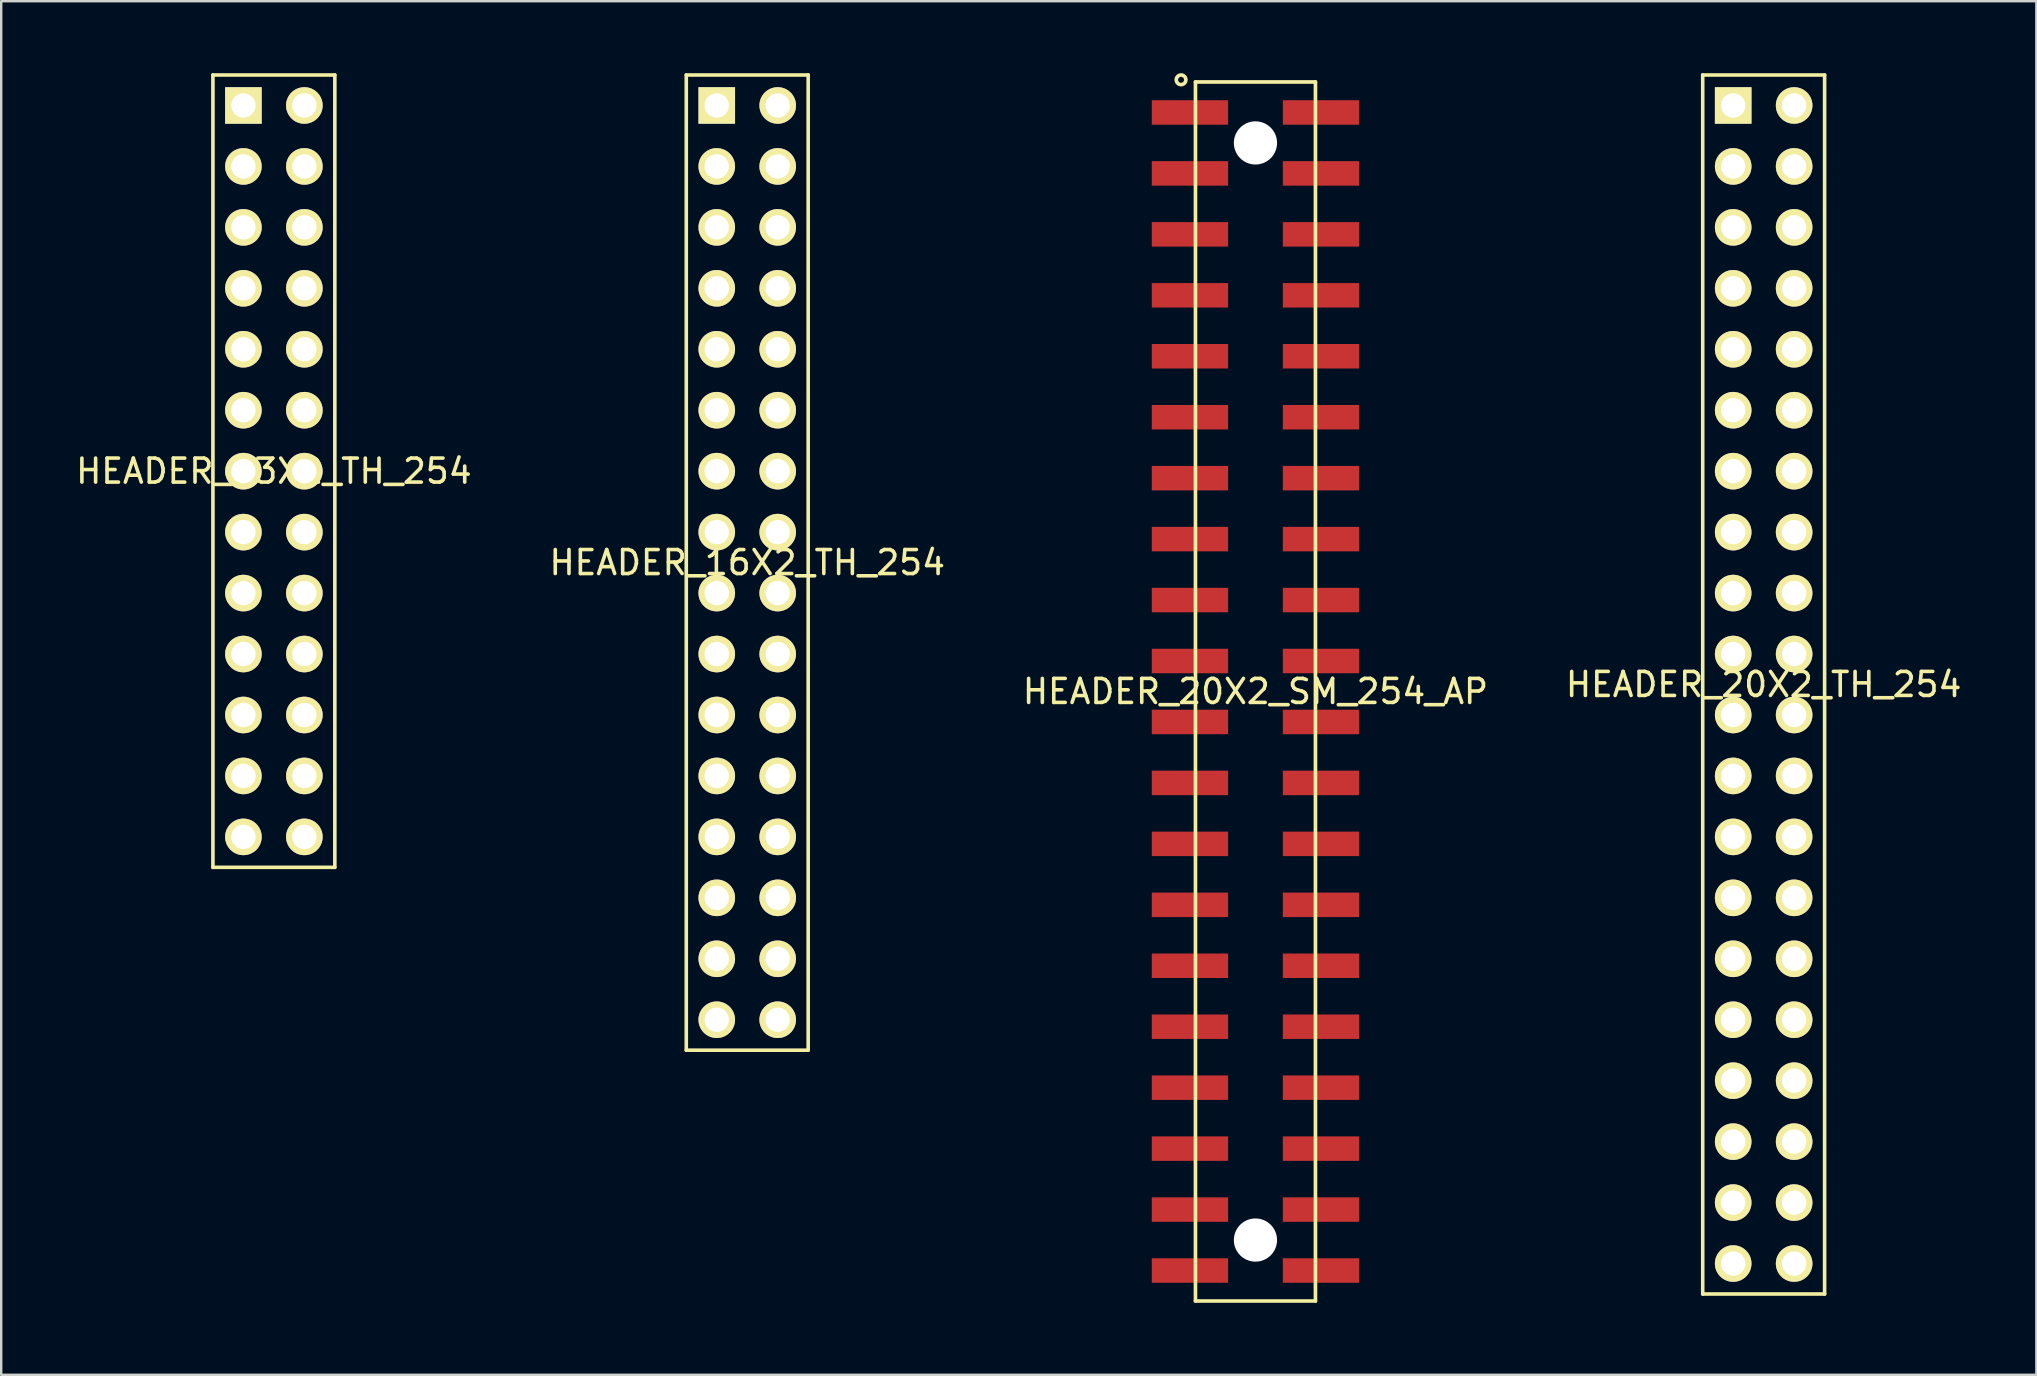
<source format=kicad_pcb>
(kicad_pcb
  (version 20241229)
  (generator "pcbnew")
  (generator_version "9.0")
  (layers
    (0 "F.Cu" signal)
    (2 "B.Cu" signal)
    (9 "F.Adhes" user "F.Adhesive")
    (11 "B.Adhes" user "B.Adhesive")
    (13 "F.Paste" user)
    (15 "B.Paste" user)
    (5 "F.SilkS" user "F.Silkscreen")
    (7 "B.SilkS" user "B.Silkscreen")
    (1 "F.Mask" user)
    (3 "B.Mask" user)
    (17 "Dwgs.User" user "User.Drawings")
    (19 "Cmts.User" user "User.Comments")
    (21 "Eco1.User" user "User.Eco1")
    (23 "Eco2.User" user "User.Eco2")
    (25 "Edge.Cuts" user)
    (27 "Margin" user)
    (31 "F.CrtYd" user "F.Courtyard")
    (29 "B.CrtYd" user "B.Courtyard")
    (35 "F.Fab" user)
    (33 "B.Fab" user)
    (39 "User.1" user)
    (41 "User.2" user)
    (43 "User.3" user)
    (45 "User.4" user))
  (footprint "HEADER_20X2_TH_254"
    (layer "F.Cu")
    (at 70.446 25.475)
    (property "Reference" "HEADER_20X2_TH_254" (at 0 0 0) (layer "F.SilkS") (effects (font (size 1 1) (thickness 0.15))))
    (attr through_hole)
    (fp_line (start -2.54 -25.4) (end -2.54 25.4) (stroke (width 0.15) (type solid)) (layer "F.SilkS"))
    (fp_line (start -2.54 -25.4) (end 2.54 -25.4) (stroke (width 0.15) (type solid)) (layer "F.SilkS"))
    (fp_line (start 2.54 -25.4) (end 2.54 25.4) (stroke (width 0.15) (type solid)) (layer "F.SilkS"))
    (fp_line (start 2.54 25.4) (end -2.54 25.4) (stroke (width 0.15) (type solid)) (layer "F.SilkS"))
    (pad "1" thru_hole rect (at -1.27 -24.13) (size 1.524 1.524) (drill 1.016) (layers "*.Cu" "*.Mask" "F.SilkS"))
    (pad "2" thru_hole circle (at 1.27 -24.13) (size 1.524 1.524) (drill 1.016) (layers "*.Cu" "*.Mask" "F.SilkS"))
    (pad "3" thru_hole circle (at -1.27 -21.59) (size 1.524 1.524) (drill 1.016) (layers "*.Cu" "*.Mask" "F.SilkS"))
    (pad "4" thru_hole circle (at 1.27 -21.59) (size 1.524 1.524) (drill 1.016) (layers "*.Cu" "*.Mask" "F.SilkS"))
    (pad "5" thru_hole circle (at -1.27 -19.05) (size 1.524 1.524) (drill 1.016) (layers "*.Cu" "*.Mask" "F.SilkS"))
    (pad "6" thru_hole circle (at 1.27 -19.05) (size 1.524 1.524) (drill 1.016) (layers "*.Cu" "*.Mask" "F.SilkS"))
    (pad "7" thru_hole circle (at -1.27 -16.51) (size 1.524 1.524) (drill 1.016) (layers "*.Cu" "*.Mask" "F.SilkS"))
    (pad "8" thru_hole circle (at 1.27 -16.51) (size 1.524 1.524) (drill 1.016) (layers "*.Cu" "*.Mask" "F.SilkS"))
    (pad "9" thru_hole circle (at -1.27 -13.97) (size 1.524 1.524) (drill 1.016) (layers "*.Cu" "*.Mask" "F.SilkS"))
    (pad "10" thru_hole circle (at 1.27 -13.97) (size 1.524 1.524) (drill 1.016) (layers "*.Cu" "*.Mask" "F.SilkS"))
    (pad "11" thru_hole circle (at -1.27 -11.43) (size 1.524 1.524) (drill 1.016) (layers "*.Cu" "*.Mask" "F.SilkS"))
    (pad "12" thru_hole circle (at 1.27 -11.43) (size 1.524 1.524) (drill 1.016) (layers "*.Cu" "*.Mask" "F.SilkS"))
    (pad "13" thru_hole circle (at -1.27 -8.89) (size 1.524 1.524) (drill 1.016) (layers "*.Cu" "*.Mask" "F.SilkS"))
    (pad "14" thru_hole circle (at 1.27 -8.89) (size 1.524 1.524) (drill 1.016) (layers "*.Cu" "*.Mask" "F.SilkS"))
    (pad "15" thru_hole circle (at -1.27 -6.35) (size 1.524 1.524) (drill 1.016) (layers "*.Cu" "*.Mask" "F.SilkS"))
    (pad "16" thru_hole circle (at 1.27 -6.35) (size 1.524 1.524) (drill 1.016) (layers "*.Cu" "*.Mask" "F.SilkS"))
    (pad "17" thru_hole circle (at -1.27 -3.81) (size 1.524 1.524) (drill 1.016) (layers "*.Cu" "*.Mask" "F.SilkS"))
    (pad "18" thru_hole circle (at 1.27 -3.81) (size 1.524 1.524) (drill 1.016) (layers "*.Cu" "*.Mask" "F.SilkS"))
    (pad "19" thru_hole circle (at -1.27 -1.27) (size 1.524 1.524) (drill 1.016) (layers "*.Cu" "*.Mask" "F.SilkS"))
    (pad "20" thru_hole circle (at 1.27 -1.27) (size 1.524 1.524) (drill 1.016) (layers "*.Cu" "*.Mask" "F.SilkS"))
    (pad "21" thru_hole circle (at -1.27 1.27) (size 1.524 1.524) (drill 1.016) (layers "*.Cu" "*.Mask" "F.SilkS"))
    (pad "22" thru_hole circle (at 1.27 1.27) (size 1.524 1.524) (drill 1.016) (layers "*.Cu" "*.Mask" "F.SilkS"))
    (pad "23" thru_hole circle (at -1.27 3.81) (size 1.524 1.524) (drill 1.016) (layers "*.Cu" "*.Mask" "F.SilkS"))
    (pad "24" thru_hole circle (at 1.27 3.81) (size 1.524 1.524) (drill 1.016) (layers "*.Cu" "*.Mask" "F.SilkS"))
    (pad "25" thru_hole circle (at -1.27 6.35) (size 1.524 1.524) (drill 1.016) (layers "*.Cu" "*.Mask" "F.SilkS"))
    (pad "26" thru_hole circle (at 1.27 6.35) (size 1.524 1.524) (drill 1.016) (layers "*.Cu" "*.Mask" "F.SilkS"))
    (pad "27" thru_hole circle (at -1.27 8.89) (size 1.524 1.524) (drill 1.016) (layers "*.Cu" "*.Mask" "F.SilkS"))
    (pad "28" thru_hole circle (at 1.27 8.89) (size 1.524 1.524) (drill 1.016) (layers "*.Cu" "*.Mask" "F.SilkS"))
    (pad "29" thru_hole circle (at -1.27 11.43) (size 1.524 1.524) (drill 1.016) (layers "*.Cu" "*.Mask" "F.SilkS"))
    (pad "30" thru_hole circle (at 1.27 11.43) (size 1.524 1.524) (drill 1.016) (layers "*.Cu" "*.Mask" "F.SilkS"))
    (pad "31" thru_hole circle (at -1.27 13.97) (size 1.524 1.524) (drill 1.016) (layers "*.Cu" "*.Mask" "F.SilkS"))
    (pad "32" thru_hole circle (at 1.27 13.97) (size 1.524 1.524) (drill 1.016) (layers "*.Cu" "*.Mask" "F.SilkS"))
    (pad "33" thru_hole circle (at -1.27 16.51) (size 1.524 1.524) (drill 1.016) (layers "*.Cu" "*.Mask" "F.SilkS"))
    (pad "34" thru_hole circle (at 1.27 16.51) (size 1.524 1.524) (drill 1.016) (layers "*.Cu" "*.Mask" "F.SilkS"))
    (pad "35" thru_hole circle (at -1.27 19.05) (size 1.524 1.524) (drill 1.016) (layers "*.Cu" "*.Mask" "F.SilkS"))
    (pad "36" thru_hole circle (at 1.27 19.05) (size 1.524 1.524) (drill 1.016) (layers "*.Cu" "*.Mask" "F.SilkS"))
    (pad "37" thru_hole circle (at -1.27 21.59) (size 1.524 1.524) (drill 1.016) (layers "*.Cu" "*.Mask" "F.SilkS"))
    (pad "38" thru_hole circle (at 1.27 21.59) (size 1.524 1.524) (drill 1.016) (layers "*.Cu" "*.Mask" "F.SilkS"))
    (pad "39" thru_hole circle (at -1.27 24.13) (size 1.524 1.524) (drill 1.016) (layers "*.Cu" "*.Mask" "F.SilkS"))
    (pad "40" thru_hole circle (at 1.27 24.13) (size 1.524 1.524) (drill 1.016) (layers "*.Cu" "*.Mask" "F.SilkS")))
  (footprint "HEADER_13X2_TH_254"
    (layer "F.Cu")
    (at 8.363 16.585)
    (property "Reference" "HEADER_13X2_TH_254" (at 0 0 0) (layer "F.SilkS") (effects (font (size 1 1) (thickness 0.15))))
    (attr through_hole)
    (fp_line (start -2.54 -16.51) (end 2.54 -16.51) (stroke (width 0.15) (type solid)) (layer "F.SilkS"))
    (fp_line (start -2.54 16.51) (end -2.54 -16.51) (stroke (width 0.15) (type solid)) (layer "F.SilkS"))
    (fp_line (start 2.54 -16.51) (end 2.54 16.51) (stroke (width 0.15) (type solid)) (layer "F.SilkS"))
    (fp_line (start 2.54 16.51) (end -2.54 16.51) (stroke (width 0.15) (type solid)) (layer "F.SilkS"))
    (pad "1" thru_hole rect (at -1.27 -15.24) (size 1.524 1.524) (drill 1.016) (layers "*.Cu" "*.Mask" "F.SilkS"))
    (pad "2" thru_hole circle (at 1.27 -15.24) (size 1.524 1.524) (drill 1.016) (layers "*.Cu" "*.Mask" "F.SilkS"))
    (pad "3" thru_hole circle (at -1.27 -12.7) (size 1.524 1.524) (drill 1.016) (layers "*.Cu" "*.Mask" "F.SilkS"))
    (pad "4" thru_hole circle (at 1.27 -12.7) (size 1.524 1.524) (drill 1.016) (layers "*.Cu" "*.Mask" "F.SilkS"))
    (pad "5" thru_hole circle (at -1.27 -10.16) (size 1.524 1.524) (drill 1.016) (layers "*.Cu" "*.Mask" "F.SilkS"))
    (pad "6" thru_hole circle (at 1.27 -10.16) (size 1.524 1.524) (drill 1.016) (layers "*.Cu" "*.Mask" "F.SilkS"))
    (pad "7" thru_hole circle (at -1.27 -7.62) (size 1.524 1.524) (drill 1.016) (layers "*.Cu" "*.Mask" "F.SilkS"))
    (pad "8" thru_hole circle (at 1.27 -7.62) (size 1.524 1.524) (drill 1.016) (layers "*.Cu" "*.Mask" "F.SilkS"))
    (pad "9" thru_hole circle (at -1.27 -5.08) (size 1.524 1.524) (drill 1.016) (layers "*.Cu" "*.Mask" "F.SilkS"))
    (pad "10" thru_hole circle (at 1.27 -5.08) (size 1.524 1.524) (drill 1.016) (layers "*.Cu" "*.Mask" "F.SilkS"))
    (pad "11" thru_hole circle (at -1.27 -2.54) (size 1.524 1.524) (drill 1.016) (layers "*.Cu" "*.Mask" "F.SilkS"))
    (pad "12" thru_hole circle (at 1.27 -2.54) (size 1.524 1.524) (drill 1.016) (layers "*.Cu" "*.Mask" "F.SilkS"))
    (pad "13" thru_hole circle (at -1.27 0) (size 1.524 1.524) (drill 1.016) (layers "*.Cu" "*.Mask" "F.SilkS"))
    (pad "14" thru_hole circle (at 1.27 0) (size 1.524 1.524) (drill 1.016) (layers "*.Cu" "*.Mask" "F.SilkS"))
    (pad "15" thru_hole circle (at -1.27 2.54) (size 1.524 1.524) (drill 1.016) (layers "*.Cu" "*.Mask" "F.SilkS"))
    (pad "16" thru_hole circle (at 1.27 2.54) (size 1.524 1.524) (drill 1.016) (layers "*.Cu" "*.Mask" "F.SilkS"))
    (pad "17" thru_hole circle (at -1.27 5.08) (size 1.524 1.524) (drill 1.016) (layers "*.Cu" "*.Mask" "F.SilkS"))
    (pad "18" thru_hole circle (at 1.27 5.08) (size 1.524 1.524) (drill 1.016) (layers "*.Cu" "*.Mask" "F.SilkS"))
    (pad "19" thru_hole circle (at -1.27 7.62) (size 1.524 1.524) (drill 1.016) (layers "*.Cu" "*.Mask" "F.SilkS"))
    (pad "20" thru_hole circle (at 1.27 7.62) (size 1.524 1.524) (drill 1.016) (layers "*.Cu" "*.Mask" "F.SilkS"))
    (pad "21" thru_hole circle (at -1.27 10.16) (size 1.524 1.524) (drill 1.016) (layers "*.Cu" "*.Mask" "F.SilkS"))
    (pad "22" thru_hole circle (at 1.27 10.16) (size 1.524 1.524) (drill 1.016) (layers "*.Cu" "*.Mask" "F.SilkS"))
    (pad "23" thru_hole circle (at -1.27 12.7) (size 1.524 1.524) (drill 1.016) (layers "*.Cu" "*.Mask" "F.SilkS"))
    (pad "24" thru_hole circle (at 1.27 12.7) (size 1.524 1.524) (drill 1.016) (layers "*.Cu" "*.Mask" "F.SilkS"))
    (pad "25" thru_hole circle (at -1.27 15.24) (size 1.524 1.524) (drill 1.016) (layers "*.Cu" "*.Mask" "F.SilkS"))
    (pad "26" thru_hole circle (at 1.27 15.24) (size 1.524 1.524) (drill 1.016) (layers "*.Cu" "*.Mask" "F.SilkS")))
  (footprint "HEADER_20X2_SM_254_AP"
    (layer "F.Cu")
    (at 49.268 25.766)
    (property "Reference" "HEADER_20X2_SM_254_AP" (at 0 0 0) (layer "F.SilkS") (effects (font (size 1 1) (thickness 0.15))))
    (attr through_hole)
    (fp_line (start -2.5 -25.4) (end 2.5 -25.4) (stroke (width 0.152) (type solid)) (layer "F.SilkS"))
    (fp_line (start -2.5 25.4) (end -2.5 -25.4) (stroke (width 0.152) (type solid)) (layer "F.SilkS"))
    (fp_line (start 2.5 -25.4) (end 2.5 25.4) (stroke (width 0.152) (type solid)) (layer "F.SilkS"))
    (fp_line (start 2.5 25.4) (end -2.5 25.4) (stroke (width 0.152) (type solid)) (layer "F.SilkS"))
    (fp_circle (center -3.1 -25.49) (end -2.9 -25.49) (stroke (width 0.152) (type solid)) (fill no) (layer "F.SilkS"))
    (pad "" np_thru_hole circle (at 0 -22.86) (size 1.8 1.8) (drill 1.8) (layers "*.Cu" "*.Mask"))
    (pad "" np_thru_hole circle (at 0 22.86) (size 1.8 1.8) (drill 1.8) (layers "*.Cu" "*.Mask"))
    (pad "1" smd rect (at -2.73 -24.13) (size 3.18 1.02) (layers "F.Cu" "F.Mask" "F.Paste"))
    (pad "2" smd rect (at 2.73 -24.13) (size 3.18 1.02) (layers "F.Cu" "F.Mask" "F.Paste"))
    (pad "3" smd rect (at -2.73 -21.59) (size 3.18 1.02) (layers "F.Cu" "F.Mask" "F.Paste"))
    (pad "4" smd rect (at 2.73 -21.59) (size 3.18 1.02) (layers "F.Cu" "F.Mask" "F.Paste"))
    (pad "5" smd rect (at -2.73 -19.05) (size 3.18 1.02) (layers "F.Cu" "F.Mask" "F.Paste"))
    (pad "6" smd rect (at 2.73 -19.05) (size 3.18 1.02) (layers "F.Cu" "F.Mask" "F.Paste"))
    (pad "7" smd rect (at -2.73 -16.51) (size 3.18 1.02) (layers "F.Cu" "F.Mask" "F.Paste"))
    (pad "8" smd rect (at 2.73 -16.51) (size 3.18 1.02) (layers "F.Cu" "F.Mask" "F.Paste"))
    (pad "9" smd rect (at -2.73 -13.97) (size 3.18 1.02) (layers "F.Cu" "F.Mask" "F.Paste"))
    (pad "10" smd rect (at 2.73 -13.97) (size 3.18 1.02) (layers "F.Cu" "F.Mask" "F.Paste"))
    (pad "11" smd rect (at -2.73 -11.43) (size 3.18 1.02) (layers "F.Cu" "F.Mask" "F.Paste"))
    (pad "12" smd rect (at 2.73 -11.43) (size 3.18 1.02) (layers "F.Cu" "F.Mask" "F.Paste"))
    (pad "13" smd rect (at -2.73 -8.89) (size 3.18 1.02) (layers "F.Cu" "F.Mask" "F.Paste"))
    (pad "14" smd rect (at 2.73 -8.89) (size 3.18 1.02) (layers "F.Cu" "F.Mask" "F.Paste"))
    (pad "15" smd rect (at -2.73 -6.35) (size 3.18 1.02) (layers "F.Cu" "F.Mask" "F.Paste"))
    (pad "16" smd rect (at 2.73 -6.35) (size 3.18 1.02) (layers "F.Cu" "F.Mask" "F.Paste"))
    (pad "17" smd rect (at -2.73 -3.81) (size 3.18 1.02) (layers "F.Cu" "F.Mask" "F.Paste"))
    (pad "18" smd rect (at 2.73 -3.81) (size 3.18 1.02) (layers "F.Cu" "F.Mask" "F.Paste"))
    (pad "19" smd rect (at -2.73 -1.27) (size 3.18 1.02) (layers "F.Cu" "F.Mask" "F.Paste"))
    (pad "20" smd rect (at 2.73 -1.27) (size 3.18 1.02) (layers "F.Cu" "F.Mask" "F.Paste"))
    (pad "21" smd rect (at -2.73 1.27) (size 3.18 1.02) (layers "F.Cu" "F.Mask" "F.Paste"))
    (pad "22" smd rect (at 2.73 1.27) (size 3.18 1.02) (layers "F.Cu" "F.Mask" "F.Paste"))
    (pad "23" smd rect (at -2.73 3.81) (size 3.18 1.02) (layers "F.Cu" "F.Mask" "F.Paste"))
    (pad "24" smd rect (at 2.73 3.81) (size 3.18 1.02) (layers "F.Cu" "F.Mask" "F.Paste"))
    (pad "25" smd rect (at -2.73 6.35) (size 3.18 1.02) (layers "F.Cu" "F.Mask" "F.Paste"))
    (pad "26" smd rect (at 2.73 6.35) (size 3.18 1.02) (layers "F.Cu" "F.Mask" "F.Paste"))
    (pad "27" smd rect (at -2.73 8.89) (size 3.18 1.02) (layers "F.Cu" "F.Mask" "F.Paste"))
    (pad "28" smd rect (at 2.73 8.89) (size 3.18 1.02) (layers "F.Cu" "F.Mask" "F.Paste"))
    (pad "29" smd rect (at -2.73 11.43) (size 3.18 1.02) (layers "F.Cu" "F.Mask" "F.Paste"))
    (pad "30" smd rect (at 2.73 11.43) (size 3.18 1.02) (layers "F.Cu" "F.Mask" "F.Paste"))
    (pad "31" smd rect (at -2.73 13.97) (size 3.18 1.02) (layers "F.Cu" "F.Mask" "F.Paste"))
    (pad "32" smd rect (at 2.73 13.97) (size 3.18 1.02) (layers "F.Cu" "F.Mask" "F.Paste"))
    (pad "33" smd rect (at -2.73 16.51) (size 3.18 1.02) (layers "F.Cu" "F.Mask" "F.Paste"))
    (pad "34" smd rect (at 2.73 16.51) (size 3.18 1.02) (layers "F.Cu" "F.Mask" "F.Paste"))
    (pad "35" smd rect (at -2.73 19.05) (size 3.18 1.02) (layers "F.Cu" "F.Mask" "F.Paste"))
    (pad "36" smd rect (at 2.73 19.05) (size 3.18 1.02) (layers "F.Cu" "F.Mask" "F.Paste"))
    (pad "37" smd rect (at -2.73 21.59) (size 3.18 1.02) (layers "F.Cu" "F.Mask" "F.Paste"))
    (pad "38" smd rect (at 2.73 21.59) (size 3.18 1.02) (layers "F.Cu" "F.Mask" "F.Paste"))
    (pad "39" smd rect (at -2.73 24.13) (size 3.18 1.02) (layers "F.Cu" "F.Mask" "F.Paste"))
    (pad "40" smd rect (at 2.73 24.13) (size 3.18 1.02) (layers "F.Cu" "F.Mask" "F.Paste")))
  (footprint "HEADER_16X2_TH_254"
    (layer "F.Cu")
    (at 28.089 20.395)
    (property "Reference" "HEADER_16X2_TH_254" (at 0 0 0) (layer "F.SilkS") (effects (font (size 1 1) (thickness 0.15))))
    (attr through_hole)
    (fp_line (start -2.54 -20.32) (end 2.54 -20.32) (stroke (width 0.15) (type solid)) (layer "F.SilkS"))
    (fp_line (start -2.54 20.32) (end -2.54 -20.32) (stroke (width 0.15) (type solid)) (layer "F.SilkS"))
    (fp_line (start 2.54 -20.32) (end 2.54 20.32) (stroke (width 0.15) (type solid)) (layer "F.SilkS"))
    (fp_line (start 2.54 20.32) (end -2.54 20.32) (stroke (width 0.15) (type solid)) (layer "F.SilkS"))
    (pad "1" thru_hole rect (at -1.27 -19.05) (size 1.524 1.524) (drill 1.016) (layers "*.Cu" "*.Mask" "F.SilkS"))
    (pad "2" thru_hole circle (at 1.27 -19.05) (size 1.524 1.524) (drill 1.016) (layers "*.Cu" "*.Mask" "F.SilkS"))
    (pad "3" thru_hole circle (at -1.27 -16.51) (size 1.524 1.524) (drill 1.016) (layers "*.Cu" "*.Mask" "F.SilkS"))
    (pad "4" thru_hole circle (at 1.27 -16.51) (size 1.524 1.524) (drill 1.016) (layers "*.Cu" "*.Mask" "F.SilkS"))
    (pad "5" thru_hole circle (at -1.27 -13.97) (size 1.524 1.524) (drill 1.016) (layers "*.Cu" "*.Mask" "F.SilkS"))
    (pad "6" thru_hole circle (at 1.27 -13.97) (size 1.524 1.524) (drill 1.016) (layers "*.Cu" "*.Mask" "F.SilkS"))
    (pad "7" thru_hole circle (at -1.27 -11.43) (size 1.524 1.524) (drill 1.016) (layers "*.Cu" "*.Mask" "F.SilkS"))
    (pad "8" thru_hole circle (at 1.27 -11.43) (size 1.524 1.524) (drill 1.016) (layers "*.Cu" "*.Mask" "F.SilkS"))
    (pad "9" thru_hole circle (at -1.27 -8.89) (size 1.524 1.524) (drill 1.016) (layers "*.Cu" "*.Mask" "F.SilkS"))
    (pad "10" thru_hole circle (at 1.27 -8.89) (size 1.524 1.524) (drill 1.016) (layers "*.Cu" "*.Mask" "F.SilkS"))
    (pad "11" thru_hole circle (at -1.27 -6.35) (size 1.524 1.524) (drill 1.016) (layers "*.Cu" "*.Mask" "F.SilkS"))
    (pad "12" thru_hole circle (at 1.27 -6.35) (size 1.524 1.524) (drill 1.016) (layers "*.Cu" "*.Mask" "F.SilkS"))
    (pad "13" thru_hole circle (at -1.27 -3.81) (size 1.524 1.524) (drill 1.016) (layers "*.Cu" "*.Mask" "F.SilkS"))
    (pad "14" thru_hole circle (at 1.27 -3.81) (size 1.524 1.524) (drill 1.016) (layers "*.Cu" "*.Mask" "F.SilkS"))
    (pad "15" thru_hole circle (at -1.27 -1.27) (size 1.524 1.524) (drill 1.016) (layers "*.Cu" "*.Mask" "F.SilkS"))
    (pad "16" thru_hole circle (at 1.27 -1.27) (size 1.524 1.524) (drill 1.016) (layers "*.Cu" "*.Mask" "F.SilkS"))
    (pad "17" thru_hole circle (at -1.27 1.27) (size 1.524 1.524) (drill 1.016) (layers "*.Cu" "*.Mask" "F.SilkS"))
    (pad "18" thru_hole circle (at 1.27 1.27) (size 1.524 1.524) (drill 1.016) (layers "*.Cu" "*.Mask" "F.SilkS"))
    (pad "19" thru_hole circle (at -1.27 3.81) (size 1.524 1.524) (drill 1.016) (layers "*.Cu" "*.Mask" "F.SilkS"))
    (pad "20" thru_hole circle (at 1.27 3.81) (size 1.524 1.524) (drill 1.016) (layers "*.Cu" "*.Mask" "F.SilkS"))
    (pad "21" thru_hole circle (at -1.27 6.35) (size 1.524 1.524) (drill 1.016) (layers "*.Cu" "*.Mask" "F.SilkS"))
    (pad "22" thru_hole circle (at 1.27 6.35) (size 1.524 1.524) (drill 1.016) (layers "*.Cu" "*.Mask" "F.SilkS"))
    (pad "23" thru_hole circle (at -1.27 8.89) (size 1.524 1.524) (drill 1.016) (layers "*.Cu" "*.Mask" "F.SilkS"))
    (pad "24" thru_hole circle (at 1.27 8.89) (size 1.524 1.524) (drill 1.016) (layers "*.Cu" "*.Mask" "F.SilkS"))
    (pad "25" thru_hole circle (at -1.27 11.43) (size 1.524 1.524) (drill 1.016) (layers "*.Cu" "*.Mask" "F.SilkS"))
    (pad "26" thru_hole circle (at 1.27 11.43) (size 1.524 1.524) (drill 1.016) (layers "*.Cu" "*.Mask" "F.SilkS"))
    (pad "27" thru_hole circle (at -1.27 13.97) (size 1.524 1.524) (drill 1.016) (layers "*.Cu" "*.Mask" "F.SilkS"))
    (pad "28" thru_hole circle (at 1.27 13.97) (size 1.524 1.524) (drill 1.016) (layers "*.Cu" "*.Mask" "F.SilkS"))
    (pad "29" thru_hole circle (at -1.27 16.51) (size 1.524 1.524) (drill 1.016) (layers "*.Cu" "*.Mask" "F.SilkS"))
    (pad "30" thru_hole circle (at 1.27 16.51) (size 1.524 1.524) (drill 1.016) (layers "*.Cu" "*.Mask" "F.SilkS"))
    (pad "31" thru_hole circle (at -1.27 19.05) (size 1.524 1.524) (drill 1.016) (layers "*.Cu" "*.Mask" "F.SilkS"))
    (pad "32" thru_hole circle (at 1.27 19.05) (size 1.524 1.524) (drill 1.016) (layers "*.Cu" "*.Mask" "F.SilkS")))
  (gr_rect
    (start -3 -3)
    (end 81.81 54.242)
    (stroke (width 0.1) (type default))
    (fill no)
    (layer "Edge.Cuts")))
</source>
